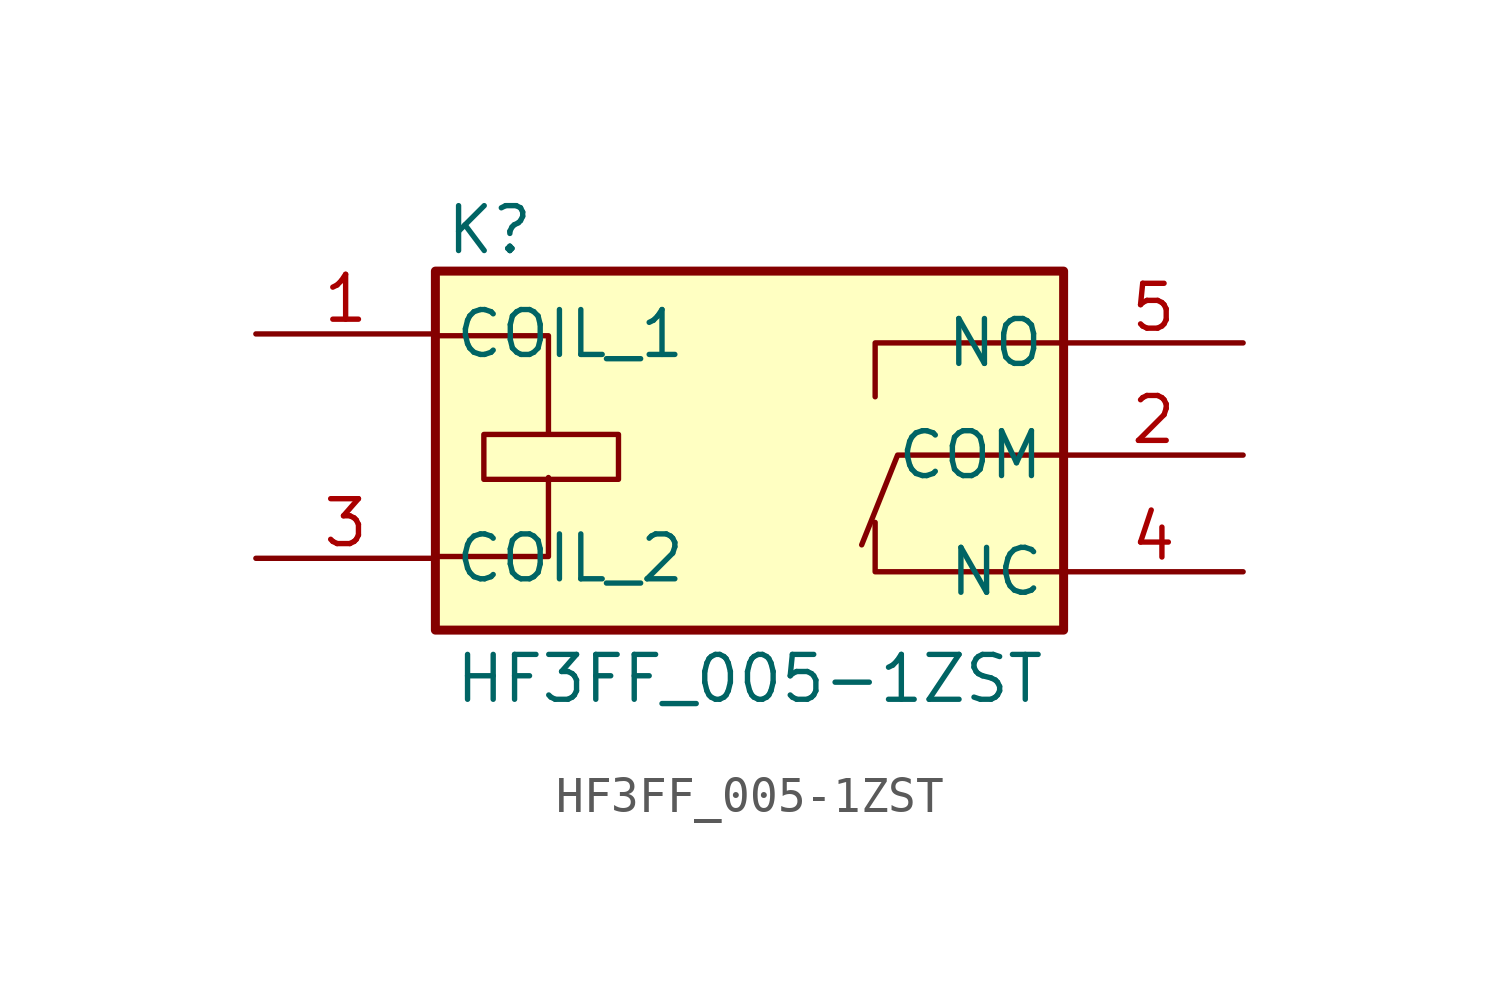
<source format=kicad_sym>
(kicad_symbol_lib
  (version 20220914)
  (generator kicad_symbol_editor)
  (symbol "HF3FF_005-1ZST"
    (property "Reference" "K"
      (at 5.334 4.445 0)
      (effects (font (size 1.27 1.27)) (justify left top)))
    (property "Value" "HF3FF_005-1ZST"
      (at 5.588 -8.255 0)
      (effects (font (size 1.27 1.27)) (justify left top)))
    (symbol "HF3FF_005-1ZST_0_1"
      (polyline (pts (xy 5.08 0.711) (xy 8.28 0.711) (xy 8.28 -2.032)) (stroke (width 0) (type default)) (fill (type none)))
      (polyline (pts (xy 8.28 -3.302) (xy 8.28 -5.537) (xy 5.029 -5.537)) (stroke (width 0) (type default)) (fill (type none)))
      (polyline (pts (xy 22.86 -5.969) (xy 17.526 -5.969) (xy 17.526 -4.572)) (stroke (width 0) (type default)) (fill (type none)))
      (polyline (pts (xy 22.86 -2.667) (xy 18.161 -2.667) (xy 17.145 -5.207)) (stroke (width 0) (type default)) (fill (type none)))
      (polyline (pts (xy 22.86 0.508) (xy 17.526 0.508) (xy 17.526 -1.016)) (stroke (width 0) (type default)) (fill (type none)))
      (rectangle (start 6.452 -2.083) (end 10.262 -3.353) (stroke (width 0) (type default)) (fill (type none))))
    (symbol "HF3FF_005-1ZST_1_1"
      (rectangle (start 5.08 2.54) (end 22.86 -7.62) (stroke (width 0.254) (type default)) (fill (type background)))
      (pin passive line (at 0 0.762 0) (length 5.08) (name "COIL_1" (effects (font (size 1.27 1.27)))) (number "1" (effects (font (size 1.27 1.27)))))
      (pin passive line (at 27.94 -2.667 180) (length 5.08) (name "COM" (effects (font (size 1.27 1.27)))) (number "2" (effects (font (size 1.27 1.27)))))
      (pin passive line (at 0 -5.588 0) (length 5.08) (name "COIL_2" (effects (font (size 1.27 1.27)))) (number "3" (effects (font (size 1.27 1.27)))))
      (pin passive line (at 27.94 -5.969 180) (length 5.08) (name "NC" (effects (font (size 1.27 1.27)))) (number "4" (effects (font (size 1.27 1.27)))))
      (pin passive line (at 27.94 0.508 180) (length 5.08) (name "NO" (effects (font (size 1.27 1.27)))) (number "5" (effects (font (size 1.27 1.27))))))))
</source>
